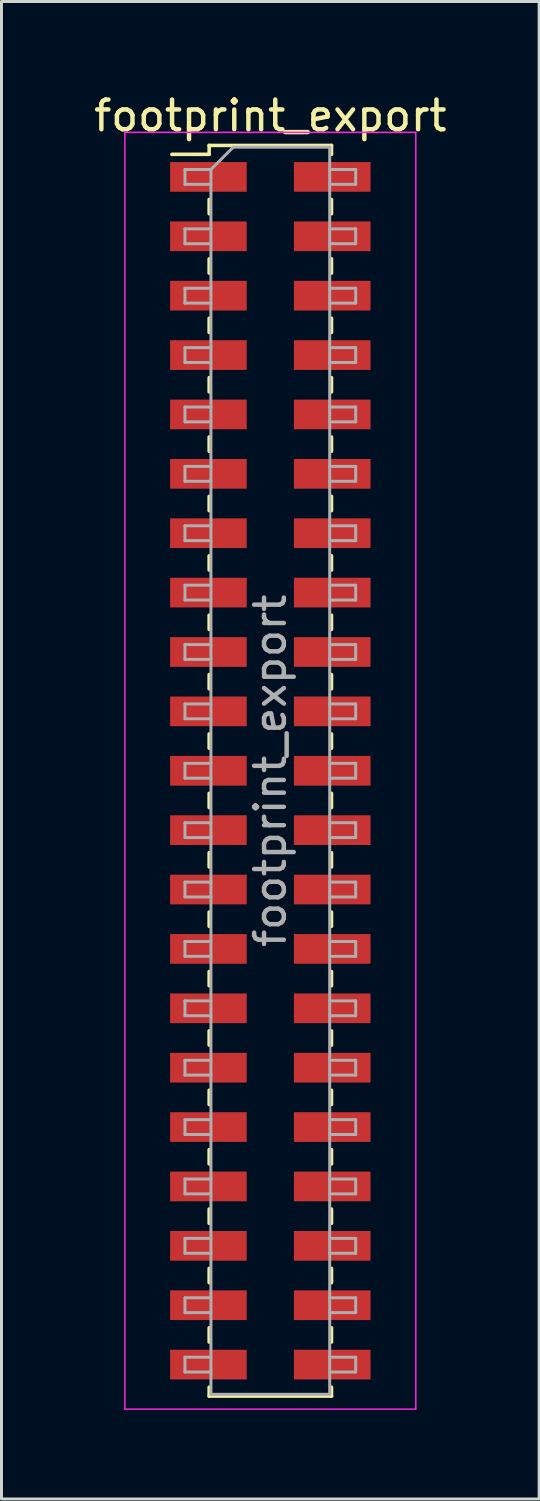
<source format=kicad_pcb>
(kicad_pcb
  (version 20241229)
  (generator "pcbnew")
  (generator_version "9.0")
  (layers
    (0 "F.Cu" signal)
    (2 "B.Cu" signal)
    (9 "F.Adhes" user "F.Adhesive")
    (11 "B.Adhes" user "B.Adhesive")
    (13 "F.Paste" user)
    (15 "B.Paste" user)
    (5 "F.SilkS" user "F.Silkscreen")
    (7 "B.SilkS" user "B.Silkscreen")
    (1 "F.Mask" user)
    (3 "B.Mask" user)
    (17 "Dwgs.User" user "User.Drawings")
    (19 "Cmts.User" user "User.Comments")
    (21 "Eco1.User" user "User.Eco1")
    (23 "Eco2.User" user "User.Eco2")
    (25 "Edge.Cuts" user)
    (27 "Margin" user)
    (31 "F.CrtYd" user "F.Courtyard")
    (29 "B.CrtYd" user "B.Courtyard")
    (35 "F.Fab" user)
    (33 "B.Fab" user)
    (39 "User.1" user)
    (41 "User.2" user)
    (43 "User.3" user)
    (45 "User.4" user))
  (footprint "footprint_export"
    (layer "F.Cu")
    (at 6.054 22.908)
    (property "Reference" "footprint_export" (at 0 -22.06 0) (layer "F.SilkS") (effects (font (size 1 1) (thickness 0.15))))
    (attr smd)
    (fp_line (start -3.315 -20.76) (end -2.06 -20.76) (stroke (width 0.12) (type solid)) (layer "F.SilkS"))
    (fp_line (start -2.06 -21.06) (end -2.06 -20.76) (stroke (width 0.12) (type solid)) (layer "F.SilkS"))
    (fp_line (start -2.06 -21.06) (end 2.06 -21.06) (stroke (width 0.12) (type solid)) (layer "F.SilkS"))
    (fp_line (start -2.06 -19.24) (end -2.06 -18.76) (stroke (width 0.12) (type solid)) (layer "F.SilkS"))
    (fp_line (start -2.06 -17.24) (end -2.06 -16.76) (stroke (width 0.12) (type solid)) (layer "F.SilkS"))
    (fp_line (start -2.06 -15.24) (end -2.06 -14.76) (stroke (width 0.12) (type solid)) (layer "F.SilkS"))
    (fp_line (start -2.06 -13.24) (end -2.06 -12.76) (stroke (width 0.12) (type solid)) (layer "F.SilkS"))
    (fp_line (start -2.06 -11.24) (end -2.06 -10.76) (stroke (width 0.12) (type solid)) (layer "F.SilkS"))
    (fp_line (start -2.06 -9.24) (end -2.06 -8.76) (stroke (width 0.12) (type solid)) (layer "F.SilkS"))
    (fp_line (start -2.06 -7.24) (end -2.06 -6.76) (stroke (width 0.12) (type solid)) (layer "F.SilkS"))
    (fp_line (start -2.06 -5.24) (end -2.06 -4.76) (stroke (width 0.12) (type solid)) (layer "F.SilkS"))
    (fp_line (start -2.06 -3.24) (end -2.06 -2.76) (stroke (width 0.12) (type solid)) (layer "F.SilkS"))
    (fp_line (start -2.06 -1.24) (end -2.06 -0.76) (stroke (width 0.12) (type solid)) (layer "F.SilkS"))
    (fp_line (start -2.06 0.76) (end -2.06 1.24) (stroke (width 0.12) (type solid)) (layer "F.SilkS"))
    (fp_line (start -2.06 2.76) (end -2.06 3.24) (stroke (width 0.12) (type solid)) (layer "F.SilkS"))
    (fp_line (start -2.06 4.76) (end -2.06 5.24) (stroke (width 0.12) (type solid)) (layer "F.SilkS"))
    (fp_line (start -2.06 6.76) (end -2.06 7.24) (stroke (width 0.12) (type solid)) (layer "F.SilkS"))
    (fp_line (start -2.06 8.76) (end -2.06 9.24) (stroke (width 0.12) (type solid)) (layer "F.SilkS"))
    (fp_line (start -2.06 10.76) (end -2.06 11.24) (stroke (width 0.12) (type solid)) (layer "F.SilkS"))
    (fp_line (start -2.06 12.76) (end -2.06 13.24) (stroke (width 0.12) (type solid)) (layer "F.SilkS"))
    (fp_line (start -2.06 14.76) (end -2.06 15.24) (stroke (width 0.12) (type solid)) (layer "F.SilkS"))
    (fp_line (start -2.06 16.76) (end -2.06 17.24) (stroke (width 0.12) (type solid)) (layer "F.SilkS"))
    (fp_line (start -2.06 18.76) (end -2.06 19.24) (stroke (width 0.12) (type solid)) (layer "F.SilkS"))
    (fp_line (start -2.06 20.76) (end -2.06 21.06) (stroke (width 0.12) (type solid)) (layer "F.SilkS"))
    (fp_line (start -2.06 21.06) (end 2.06 21.06) (stroke (width 0.12) (type solid)) (layer "F.SilkS"))
    (fp_line (start 2.06 -21.06) (end 2.06 -20.76) (stroke (width 0.12) (type solid)) (layer "F.SilkS"))
    (fp_line (start 2.06 -19.24) (end 2.06 -18.76) (stroke (width 0.12) (type solid)) (layer "F.SilkS"))
    (fp_line (start 2.06 -17.24) (end 2.06 -16.76) (stroke (width 0.12) (type solid)) (layer "F.SilkS"))
    (fp_line (start 2.06 -15.24) (end 2.06 -14.76) (stroke (width 0.12) (type solid)) (layer "F.SilkS"))
    (fp_line (start 2.06 -13.24) (end 2.06 -12.76) (stroke (width 0.12) (type solid)) (layer "F.SilkS"))
    (fp_line (start 2.06 -11.24) (end 2.06 -10.76) (stroke (width 0.12) (type solid)) (layer "F.SilkS"))
    (fp_line (start 2.06 -9.24) (end 2.06 -8.76) (stroke (width 0.12) (type solid)) (layer "F.SilkS"))
    (fp_line (start 2.06 -7.24) (end 2.06 -6.76) (stroke (width 0.12) (type solid)) (layer "F.SilkS"))
    (fp_line (start 2.06 -5.24) (end 2.06 -4.76) (stroke (width 0.12) (type solid)) (layer "F.SilkS"))
    (fp_line (start 2.06 -3.24) (end 2.06 -2.76) (stroke (width 0.12) (type solid)) (layer "F.SilkS"))
    (fp_line (start 2.06 -1.24) (end 2.06 -0.76) (stroke (width 0.12) (type solid)) (layer "F.SilkS"))
    (fp_line (start 2.06 0.76) (end 2.06 1.24) (stroke (width 0.12) (type solid)) (layer "F.SilkS"))
    (fp_line (start 2.06 2.76) (end 2.06 3.24) (stroke (width 0.12) (type solid)) (layer "F.SilkS"))
    (fp_line (start 2.06 4.76) (end 2.06 5.24) (stroke (width 0.12) (type solid)) (layer "F.SilkS"))
    (fp_line (start 2.06 6.76) (end 2.06 7.24) (stroke (width 0.12) (type solid)) (layer "F.SilkS"))
    (fp_line (start 2.06 8.76) (end 2.06 9.24) (stroke (width 0.12) (type solid)) (layer "F.SilkS"))
    (fp_line (start 2.06 10.76) (end 2.06 11.24) (stroke (width 0.12) (type solid)) (layer "F.SilkS"))
    (fp_line (start 2.06 12.76) (end 2.06 13.24) (stroke (width 0.12) (type solid)) (layer "F.SilkS"))
    (fp_line (start 2.06 14.76) (end 2.06 15.24) (stroke (width 0.12) (type solid)) (layer "F.SilkS"))
    (fp_line (start 2.06 16.76) (end 2.06 17.24) (stroke (width 0.12) (type solid)) (layer "F.SilkS"))
    (fp_line (start 2.06 18.76) (end 2.06 19.24) (stroke (width 0.12) (type solid)) (layer "F.SilkS"))
    (fp_line (start 2.06 20.76) (end 2.06 21.06) (stroke (width 0.12) (type solid)) (layer "F.SilkS"))
    (fp_line (start -4.9 -21.5) (end -4.9 21.5) (stroke (width 0.05) (type solid)) (layer "F.CrtYd"))
    (fp_line (start -4.9 21.5) (end 4.9 21.5) (stroke (width 0.05) (type solid)) (layer "F.CrtYd"))
    (fp_line (start 4.9 -21.5) (end -4.9 -21.5) (stroke (width 0.05) (type solid)) (layer "F.CrtYd"))
    (fp_line (start 4.9 21.5) (end 4.9 -21.5) (stroke (width 0.05) (type solid)) (layer "F.CrtYd"))
    (fp_line (start -2.875 -20.25) (end -2.875 -19.75) (stroke (width 0.1) (type solid)) (layer "F.Fab"))
    (fp_line (start -2.875 -19.75) (end -2 -19.75) (stroke (width 0.1) (type solid)) (layer "F.Fab"))
    (fp_line (start -2.875 -18.25) (end -2.875 -17.75) (stroke (width 0.1) (type solid)) (layer "F.Fab"))
    (fp_line (start -2.875 -17.75) (end -2 -17.75) (stroke (width 0.1) (type solid)) (layer "F.Fab"))
    (fp_line (start -2.875 -16.25) (end -2.875 -15.75) (stroke (width 0.1) (type solid)) (layer "F.Fab"))
    (fp_line (start -2.875 -15.75) (end -2 -15.75) (stroke (width 0.1) (type solid)) (layer "F.Fab"))
    (fp_line (start -2.875 -14.25) (end -2.875 -13.75) (stroke (width 0.1) (type solid)) (layer "F.Fab"))
    (fp_line (start -2.875 -13.75) (end -2 -13.75) (stroke (width 0.1) (type solid)) (layer "F.Fab"))
    (fp_line (start -2.875 -12.25) (end -2.875 -11.75) (stroke (width 0.1) (type solid)) (layer "F.Fab"))
    (fp_line (start -2.875 -11.75) (end -2 -11.75) (stroke (width 0.1) (type solid)) (layer "F.Fab"))
    (fp_line (start -2.875 -10.25) (end -2.875 -9.75) (stroke (width 0.1) (type solid)) (layer "F.Fab"))
    (fp_line (start -2.875 -9.75) (end -2 -9.75) (stroke (width 0.1) (type solid)) (layer "F.Fab"))
    (fp_line (start -2.875 -8.25) (end -2.875 -7.75) (stroke (width 0.1) (type solid)) (layer "F.Fab"))
    (fp_line (start -2.875 -7.75) (end -2 -7.75) (stroke (width 0.1) (type solid)) (layer "F.Fab"))
    (fp_line (start -2.875 -6.25) (end -2.875 -5.75) (stroke (width 0.1) (type solid)) (layer "F.Fab"))
    (fp_line (start -2.875 -5.75) (end -2 -5.75) (stroke (width 0.1) (type solid)) (layer "F.Fab"))
    (fp_line (start -2.875 -4.25) (end -2.875 -3.75) (stroke (width 0.1) (type solid)) (layer "F.Fab"))
    (fp_line (start -2.875 -3.75) (end -2 -3.75) (stroke (width 0.1) (type solid)) (layer "F.Fab"))
    (fp_line (start -2.875 -2.25) (end -2.875 -1.75) (stroke (width 0.1) (type solid)) (layer "F.Fab"))
    (fp_line (start -2.875 -1.75) (end -2 -1.75) (stroke (width 0.1) (type solid)) (layer "F.Fab"))
    (fp_line (start -2.875 -0.25) (end -2.875 0.25) (stroke (width 0.1) (type solid)) (layer "F.Fab"))
    (fp_line (start -2.875 0.25) (end -2 0.25) (stroke (width 0.1) (type solid)) (layer "F.Fab"))
    (fp_line (start -2.875 1.75) (end -2.875 2.25) (stroke (width 0.1) (type solid)) (layer "F.Fab"))
    (fp_line (start -2.875 2.25) (end -2 2.25) (stroke (width 0.1) (type solid)) (layer "F.Fab"))
    (fp_line (start -2.875 3.75) (end -2.875 4.25) (stroke (width 0.1) (type solid)) (layer "F.Fab"))
    (fp_line (start -2.875 4.25) (end -2 4.25) (stroke (width 0.1) (type solid)) (layer "F.Fab"))
    (fp_line (start -2.875 5.75) (end -2.875 6.25) (stroke (width 0.1) (type solid)) (layer "F.Fab"))
    (fp_line (start -2.875 6.25) (end -2 6.25) (stroke (width 0.1) (type solid)) (layer "F.Fab"))
    (fp_line (start -2.875 7.75) (end -2.875 8.25) (stroke (width 0.1) (type solid)) (layer "F.Fab"))
    (fp_line (start -2.875 8.25) (end -2 8.25) (stroke (width 0.1) (type solid)) (layer "F.Fab"))
    (fp_line (start -2.875 9.75) (end -2.875 10.25) (stroke (width 0.1) (type solid)) (layer "F.Fab"))
    (fp_line (start -2.875 10.25) (end -2 10.25) (stroke (width 0.1) (type solid)) (layer "F.Fab"))
    (fp_line (start -2.875 11.75) (end -2.875 12.25) (stroke (width 0.1) (type solid)) (layer "F.Fab"))
    (fp_line (start -2.875 12.25) (end -2 12.25) (stroke (width 0.1) (type solid)) (layer "F.Fab"))
    (fp_line (start -2.875 13.75) (end -2.875 14.25) (stroke (width 0.1) (type solid)) (layer "F.Fab"))
    (fp_line (start -2.875 14.25) (end -2 14.25) (stroke (width 0.1) (type solid)) (layer "F.Fab"))
    (fp_line (start -2.875 15.75) (end -2.875 16.25) (stroke (width 0.1) (type solid)) (layer "F.Fab"))
    (fp_line (start -2.875 16.25) (end -2 16.25) (stroke (width 0.1) (type solid)) (layer "F.Fab"))
    (fp_line (start -2.875 17.75) (end -2.875 18.25) (stroke (width 0.1) (type solid)) (layer "F.Fab"))
    (fp_line (start -2.875 18.25) (end -2 18.25) (stroke (width 0.1) (type solid)) (layer "F.Fab"))
    (fp_line (start -2.875 19.75) (end -2.875 20.25) (stroke (width 0.1) (type solid)) (layer "F.Fab"))
    (fp_line (start -2.875 20.25) (end -2 20.25) (stroke (width 0.1) (type solid)) (layer "F.Fab"))
    (fp_line (start -2 -20.25) (end -2.875 -20.25) (stroke (width 0.1) (type solid)) (layer "F.Fab"))
    (fp_line (start -2 -20.25) (end -1.25 -21) (stroke (width 0.1) (type solid)) (layer "F.Fab"))
    (fp_line (start -2 -18.25) (end -2.875 -18.25) (stroke (width 0.1) (type solid)) (layer "F.Fab"))
    (fp_line (start -2 -16.25) (end -2.875 -16.25) (stroke (width 0.1) (type solid)) (layer "F.Fab"))
    (fp_line (start -2 -14.25) (end -2.875 -14.25) (stroke (width 0.1) (type solid)) (layer "F.Fab"))
    (fp_line (start -2 -12.25) (end -2.875 -12.25) (stroke (width 0.1) (type solid)) (layer "F.Fab"))
    (fp_line (start -2 -10.25) (end -2.875 -10.25) (stroke (width 0.1) (type solid)) (layer "F.Fab"))
    (fp_line (start -2 -8.25) (end -2.875 -8.25) (stroke (width 0.1) (type solid)) (layer "F.Fab"))
    (fp_line (start -2 -6.25) (end -2.875 -6.25) (stroke (width 0.1) (type solid)) (layer "F.Fab"))
    (fp_line (start -2 -4.25) (end -2.875 -4.25) (stroke (width 0.1) (type solid)) (layer "F.Fab"))
    (fp_line (start -2 -2.25) (end -2.875 -2.25) (stroke (width 0.1) (type solid)) (layer "F.Fab"))
    (fp_line (start -2 -0.25) (end -2.875 -0.25) (stroke (width 0.1) (type solid)) (layer "F.Fab"))
    (fp_line (start -2 1.75) (end -2.875 1.75) (stroke (width 0.1) (type solid)) (layer "F.Fab"))
    (fp_line (start -2 3.75) (end -2.875 3.75) (stroke (width 0.1) (type solid)) (layer "F.Fab"))
    (fp_line (start -2 5.75) (end -2.875 5.75) (stroke (width 0.1) (type solid)) (layer "F.Fab"))
    (fp_line (start -2 7.75) (end -2.875 7.75) (stroke (width 0.1) (type solid)) (layer "F.Fab"))
    (fp_line (start -2 9.75) (end -2.875 9.75) (stroke (width 0.1) (type solid)) (layer "F.Fab"))
    (fp_line (start -2 11.75) (end -2.875 11.75) (stroke (width 0.1) (type solid)) (layer "F.Fab"))
    (fp_line (start -2 13.75) (end -2.875 13.75) (stroke (width 0.1) (type solid)) (layer "F.Fab"))
    (fp_line (start -2 15.75) (end -2.875 15.75) (stroke (width 0.1) (type solid)) (layer "F.Fab"))
    (fp_line (start -2 17.75) (end -2.875 17.75) (stroke (width 0.1) (type solid)) (layer "F.Fab"))
    (fp_line (start -2 19.75) (end -2.875 19.75) (stroke (width 0.1) (type solid)) (layer "F.Fab"))
    (fp_line (start -2 21) (end -2 -20.25) (stroke (width 0.1) (type solid)) (layer "F.Fab"))
    (fp_line (start -1.25 -21) (end 2 -21) (stroke (width 0.1) (type solid)) (layer "F.Fab"))
    (fp_line (start 2 -21) (end 2 21) (stroke (width 0.1) (type solid)) (layer "F.Fab"))
    (fp_line (start 2 -20.25) (end 2.875 -20.25) (stroke (width 0.1) (type solid)) (layer "F.Fab"))
    (fp_line (start 2 -18.25) (end 2.875 -18.25) (stroke (width 0.1) (type solid)) (layer "F.Fab"))
    (fp_line (start 2 -16.25) (end 2.875 -16.25) (stroke (width 0.1) (type solid)) (layer "F.Fab"))
    (fp_line (start 2 -14.25) (end 2.875 -14.25) (stroke (width 0.1) (type solid)) (layer "F.Fab"))
    (fp_line (start 2 -12.25) (end 2.875 -12.25) (stroke (width 0.1) (type solid)) (layer "F.Fab"))
    (fp_line (start 2 -10.25) (end 2.875 -10.25) (stroke (width 0.1) (type solid)) (layer "F.Fab"))
    (fp_line (start 2 -8.25) (end 2.875 -8.25) (stroke (width 0.1) (type solid)) (layer "F.Fab"))
    (fp_line (start 2 -6.25) (end 2.875 -6.25) (stroke (width 0.1) (type solid)) (layer "F.Fab"))
    (fp_line (start 2 -4.25) (end 2.875 -4.25) (stroke (width 0.1) (type solid)) (layer "F.Fab"))
    (fp_line (start 2 -2.25) (end 2.875 -2.25) (stroke (width 0.1) (type solid)) (layer "F.Fab"))
    (fp_line (start 2 -0.25) (end 2.875 -0.25) (stroke (width 0.1) (type solid)) (layer "F.Fab"))
    (fp_line (start 2 1.75) (end 2.875 1.75) (stroke (width 0.1) (type solid)) (layer "F.Fab"))
    (fp_line (start 2 3.75) (end 2.875 3.75) (stroke (width 0.1) (type solid)) (layer "F.Fab"))
    (fp_line (start 2 5.75) (end 2.875 5.75) (stroke (width 0.1) (type solid)) (layer "F.Fab"))
    (fp_line (start 2 7.75) (end 2.875 7.75) (stroke (width 0.1) (type solid)) (layer "F.Fab"))
    (fp_line (start 2 9.75) (end 2.875 9.75) (stroke (width 0.1) (type solid)) (layer "F.Fab"))
    (fp_line (start 2 11.75) (end 2.875 11.75) (stroke (width 0.1) (type solid)) (layer "F.Fab"))
    (fp_line (start 2 13.75) (end 2.875 13.75) (stroke (width 0.1) (type solid)) (layer "F.Fab"))
    (fp_line (start 2 15.75) (end 2.875 15.75) (stroke (width 0.1) (type solid)) (layer "F.Fab"))
    (fp_line (start 2 17.75) (end 2.875 17.75) (stroke (width 0.1) (type solid)) (layer "F.Fab"))
    (fp_line (start 2 19.75) (end 2.875 19.75) (stroke (width 0.1) (type solid)) (layer "F.Fab"))
    (fp_line (start 2 21) (end -2 21) (stroke (width 0.1) (type solid)) (layer "F.Fab"))
    (fp_line (start 2.875 -20.25) (end 2.875 -19.75) (stroke (width 0.1) (type solid)) (layer "F.Fab"))
    (fp_line (start 2.875 -19.75) (end 2 -19.75) (stroke (width 0.1) (type solid)) (layer "F.Fab"))
    (fp_line (start 2.875 -18.25) (end 2.875 -17.75) (stroke (width 0.1) (type solid)) (layer "F.Fab"))
    (fp_line (start 2.875 -17.75) (end 2 -17.75) (stroke (width 0.1) (type solid)) (layer "F.Fab"))
    (fp_line (start 2.875 -16.25) (end 2.875 -15.75) (stroke (width 0.1) (type solid)) (layer "F.Fab"))
    (fp_line (start 2.875 -15.75) (end 2 -15.75) (stroke (width 0.1) (type solid)) (layer "F.Fab"))
    (fp_line (start 2.875 -14.25) (end 2.875 -13.75) (stroke (width 0.1) (type solid)) (layer "F.Fab"))
    (fp_line (start 2.875 -13.75) (end 2 -13.75) (stroke (width 0.1) (type solid)) (layer "F.Fab"))
    (fp_line (start 2.875 -12.25) (end 2.875 -11.75) (stroke (width 0.1) (type solid)) (layer "F.Fab"))
    (fp_line (start 2.875 -11.75) (end 2 -11.75) (stroke (width 0.1) (type solid)) (layer "F.Fab"))
    (fp_line (start 2.875 -10.25) (end 2.875 -9.75) (stroke (width 0.1) (type solid)) (layer "F.Fab"))
    (fp_line (start 2.875 -9.75) (end 2 -9.75) (stroke (width 0.1) (type solid)) (layer "F.Fab"))
    (fp_line (start 2.875 -8.25) (end 2.875 -7.75) (stroke (width 0.1) (type solid)) (layer "F.Fab"))
    (fp_line (start 2.875 -7.75) (end 2 -7.75) (stroke (width 0.1) (type solid)) (layer "F.Fab"))
    (fp_line (start 2.875 -6.25) (end 2.875 -5.75) (stroke (width 0.1) (type solid)) (layer "F.Fab"))
    (fp_line (start 2.875 -5.75) (end 2 -5.75) (stroke (width 0.1) (type solid)) (layer "F.Fab"))
    (fp_line (start 2.875 -4.25) (end 2.875 -3.75) (stroke (width 0.1) (type solid)) (layer "F.Fab"))
    (fp_line (start 2.875 -3.75) (end 2 -3.75) (stroke (width 0.1) (type solid)) (layer "F.Fab"))
    (fp_line (start 2.875 -2.25) (end 2.875 -1.75) (stroke (width 0.1) (type solid)) (layer "F.Fab"))
    (fp_line (start 2.875 -1.75) (end 2 -1.75) (stroke (width 0.1) (type solid)) (layer "F.Fab"))
    (fp_line (start 2.875 -0.25) (end 2.875 0.25) (stroke (width 0.1) (type solid)) (layer "F.Fab"))
    (fp_line (start 2.875 0.25) (end 2 0.25) (stroke (width 0.1) (type solid)) (layer "F.Fab"))
    (fp_line (start 2.875 1.75) (end 2.875 2.25) (stroke (width 0.1) (type solid)) (layer "F.Fab"))
    (fp_line (start 2.875 2.25) (end 2 2.25) (stroke (width 0.1) (type solid)) (layer "F.Fab"))
    (fp_line (start 2.875 3.75) (end 2.875 4.25) (stroke (width 0.1) (type solid)) (layer "F.Fab"))
    (fp_line (start 2.875 4.25) (end 2 4.25) (stroke (width 0.1) (type solid)) (layer "F.Fab"))
    (fp_line (start 2.875 5.75) (end 2.875 6.25) (stroke (width 0.1) (type solid)) (layer "F.Fab"))
    (fp_line (start 2.875 6.25) (end 2 6.25) (stroke (width 0.1) (type solid)) (layer "F.Fab"))
    (fp_line (start 2.875 7.75) (end 2.875 8.25) (stroke (width 0.1) (type solid)) (layer "F.Fab"))
    (fp_line (start 2.875 8.25) (end 2 8.25) (stroke (width 0.1) (type solid)) (layer "F.Fab"))
    (fp_line (start 2.875 9.75) (end 2.875 10.25) (stroke (width 0.1) (type solid)) (layer "F.Fab"))
    (fp_line (start 2.875 10.25) (end 2 10.25) (stroke (width 0.1) (type solid)) (layer "F.Fab"))
    (fp_line (start 2.875 11.75) (end 2.875 12.25) (stroke (width 0.1) (type solid)) (layer "F.Fab"))
    (fp_line (start 2.875 12.25) (end 2 12.25) (stroke (width 0.1) (type solid)) (layer "F.Fab"))
    (fp_line (start 2.875 13.75) (end 2.875 14.25) (stroke (width 0.1) (type solid)) (layer "F.Fab"))
    (fp_line (start 2.875 14.25) (end 2 14.25) (stroke (width 0.1) (type solid)) (layer "F.Fab"))
    (fp_line (start 2.875 15.75) (end 2.875 16.25) (stroke (width 0.1) (type solid)) (layer "F.Fab"))
    (fp_line (start 2.875 16.25) (end 2 16.25) (stroke (width 0.1) (type solid)) (layer "F.Fab"))
    (fp_line (start 2.875 17.75) (end 2.875 18.25) (stroke (width 0.1) (type solid)) (layer "F.Fab"))
    (fp_line (start 2.875 18.25) (end 2 18.25) (stroke (width 0.1) (type solid)) (layer "F.Fab"))
    (fp_line (start 2.875 19.75) (end 2.875 20.25) (stroke (width 0.1) (type solid)) (layer "F.Fab"))
    (fp_line (start 2.875 20.25) (end 2 20.25) (stroke (width 0.1) (type solid)) (layer "F.Fab"))
    (fp_text user "${REFERENCE}" (at 0 0 90) (layer "F.Fab") (effects (font (size 1 1) (thickness 0.15))))
    (pad "1" smd rect (at -2.085 -20) (size 2.58 1) (layers "F.Cu" "F.Mask" "F.Paste"))
    (pad "2" smd rect (at 2.085 -20) (size 2.58 1) (layers "F.Cu" "F.Mask" "F.Paste"))
    (pad "3" smd rect (at -2.085 -18) (size 2.58 1) (layers "F.Cu" "F.Mask" "F.Paste"))
    (pad "4" smd rect (at 2.085 -18) (size 2.58 1) (layers "F.Cu" "F.Mask" "F.Paste"))
    (pad "5" smd rect (at -2.085 -16) (size 2.58 1) (layers "F.Cu" "F.Mask" "F.Paste"))
    (pad "6" smd rect (at 2.085 -16) (size 2.58 1) (layers "F.Cu" "F.Mask" "F.Paste"))
    (pad "7" smd rect (at -2.085 -14) (size 2.58 1) (layers "F.Cu" "F.Mask" "F.Paste"))
    (pad "8" smd rect (at 2.085 -14) (size 2.58 1) (layers "F.Cu" "F.Mask" "F.Paste"))
    (pad "9" smd rect (at -2.085 -12) (size 2.58 1) (layers "F.Cu" "F.Mask" "F.Paste"))
    (pad "10" smd rect (at 2.085 -12) (size 2.58 1) (layers "F.Cu" "F.Mask" "F.Paste"))
    (pad "11" smd rect (at -2.085 -10) (size 2.58 1) (layers "F.Cu" "F.Mask" "F.Paste"))
    (pad "12" smd rect (at 2.085 -10) (size 2.58 1) (layers "F.Cu" "F.Mask" "F.Paste"))
    (pad "13" smd rect (at -2.085 -8) (size 2.58 1) (layers "F.Cu" "F.Mask" "F.Paste"))
    (pad "14" smd rect (at 2.085 -8) (size 2.58 1) (layers "F.Cu" "F.Mask" "F.Paste"))
    (pad "15" smd rect (at -2.085 -6) (size 2.58 1) (layers "F.Cu" "F.Mask" "F.Paste"))
    (pad "16" smd rect (at 2.085 -6) (size 2.58 1) (layers "F.Cu" "F.Mask" "F.Paste"))
    (pad "17" smd rect (at -2.085 -4) (size 2.58 1) (layers "F.Cu" "F.Mask" "F.Paste"))
    (pad "18" smd rect (at 2.085 -4) (size 2.58 1) (layers "F.Cu" "F.Mask" "F.Paste"))
    (pad "19" smd rect (at -2.085 -2) (size 2.58 1) (layers "F.Cu" "F.Mask" "F.Paste"))
    (pad "20" smd rect (at 2.085 -2) (size 2.58 1) (layers "F.Cu" "F.Mask" "F.Paste"))
    (pad "21" smd rect (at -2.085 0) (size 2.58 1) (layers "F.Cu" "F.Mask" "F.Paste"))
    (pad "22" smd rect (at 2.085 0) (size 2.58 1) (layers "F.Cu" "F.Mask" "F.Paste"))
    (pad "23" smd rect (at -2.085 2) (size 2.58 1) (layers "F.Cu" "F.Mask" "F.Paste"))
    (pad "24" smd rect (at 2.085 2) (size 2.58 1) (layers "F.Cu" "F.Mask" "F.Paste"))
    (pad "25" smd rect (at -2.085 4) (size 2.58 1) (layers "F.Cu" "F.Mask" "F.Paste"))
    (pad "26" smd rect (at 2.085 4) (size 2.58 1) (layers "F.Cu" "F.Mask" "F.Paste"))
    (pad "27" smd rect (at -2.085 6) (size 2.58 1) (layers "F.Cu" "F.Mask" "F.Paste"))
    (pad "28" smd rect (at 2.085 6) (size 2.58 1) (layers "F.Cu" "F.Mask" "F.Paste"))
    (pad "29" smd rect (at -2.085 8) (size 2.58 1) (layers "F.Cu" "F.Mask" "F.Paste"))
    (pad "30" smd rect (at 2.085 8) (size 2.58 1) (layers "F.Cu" "F.Mask" "F.Paste"))
    (pad "31" smd rect (at -2.085 10) (size 2.58 1) (layers "F.Cu" "F.Mask" "F.Paste"))
    (pad "32" smd rect (at 2.085 10) (size 2.58 1) (layers "F.Cu" "F.Mask" "F.Paste"))
    (pad "33" smd rect (at -2.085 12) (size 2.58 1) (layers "F.Cu" "F.Mask" "F.Paste"))
    (pad "34" smd rect (at 2.085 12) (size 2.58 1) (layers "F.Cu" "F.Mask" "F.Paste"))
    (pad "35" smd rect (at -2.085 14) (size 2.58 1) (layers "F.Cu" "F.Mask" "F.Paste"))
    (pad "36" smd rect (at 2.085 14) (size 2.58 1) (layers "F.Cu" "F.Mask" "F.Paste"))
    (pad "37" smd rect (at -2.085 16) (size 2.58 1) (layers "F.Cu" "F.Mask" "F.Paste"))
    (pad "38" smd rect (at 2.085 16) (size 2.58 1) (layers "F.Cu" "F.Mask" "F.Paste"))
    (pad "39" smd rect (at -2.085 18) (size 2.58 1) (layers "F.Cu" "F.Mask" "F.Paste"))
    (pad "40" smd rect (at 2.085 18) (size 2.58 1) (layers "F.Cu" "F.Mask" "F.Paste"))
    (pad "41" smd rect (at -2.085 20) (size 2.58 1) (layers "F.Cu" "F.Mask" "F.Paste"))
    (pad "42" smd rect (at 2.085 20) (size 2.58 1) (layers "F.Cu" "F.Mask" "F.Paste")))
  (gr_rect
    (start -3 -3)
    (end 15.107 47.433)
    (stroke (width 0.1) (type default))
    (fill no)
    (layer "Edge.Cuts")))
</source>
